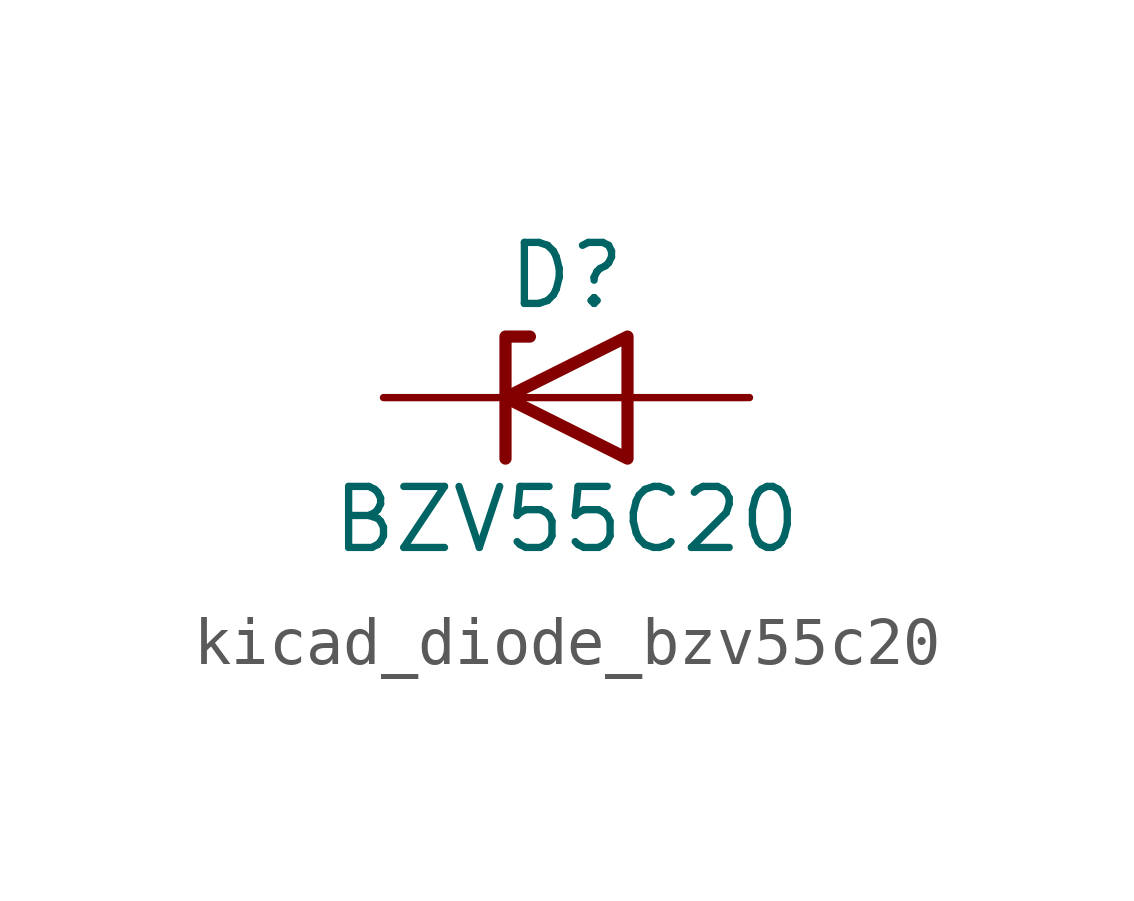
<source format=kicad_sym>
(kicad_symbol_lib
  (version 20220914)
  (generator kicad_symbol_editor)
  (symbol "kicad_diode_bzv55c20"
    (pin_numbers hide)
    (pin_names hide)
    (property "Reference" "D"
      (at 0 2.54 0)
      (effects (font (size 1.27 1.27))))
    (property "Value" "BZV55C20"
      (at 0 -2.54 0)
      (effects (font (size 1.27 1.27))))
    (symbol "kicad_diode_bzv55c20_0_1"
      (polyline (pts (xy 1.27 0) (xy -1.27 0)) (stroke (width 0) (type default)) (fill (type none)))
      (polyline (pts (xy -1.27 -1.27) (xy -1.27 1.27) (xy -0.762 1.27)) (stroke (width 0.254) (type default)) (fill (type none)))
      (polyline (pts (xy 1.27 -1.27) (xy 1.27 1.27) (xy -1.27 0) (xy 1.27 -1.27)) (stroke (width 0.254) (type default)) (fill (type none))))
    (symbol "kicad_diode_bzv55c20_1_1"
      (pin passive line (at -3.81 0 0) (length 2.54) (name "K" (effects (font (size 1.27 1.27)))) (number "1" (effects (font (size 1.27 1.27)))))
      (pin passive line (at 3.81 0 180) (length 2.54) (name "A" (effects (font (size 1.27 1.27)))) (number "2" (effects (font (size 1.27 1.27))))))))
</source>
